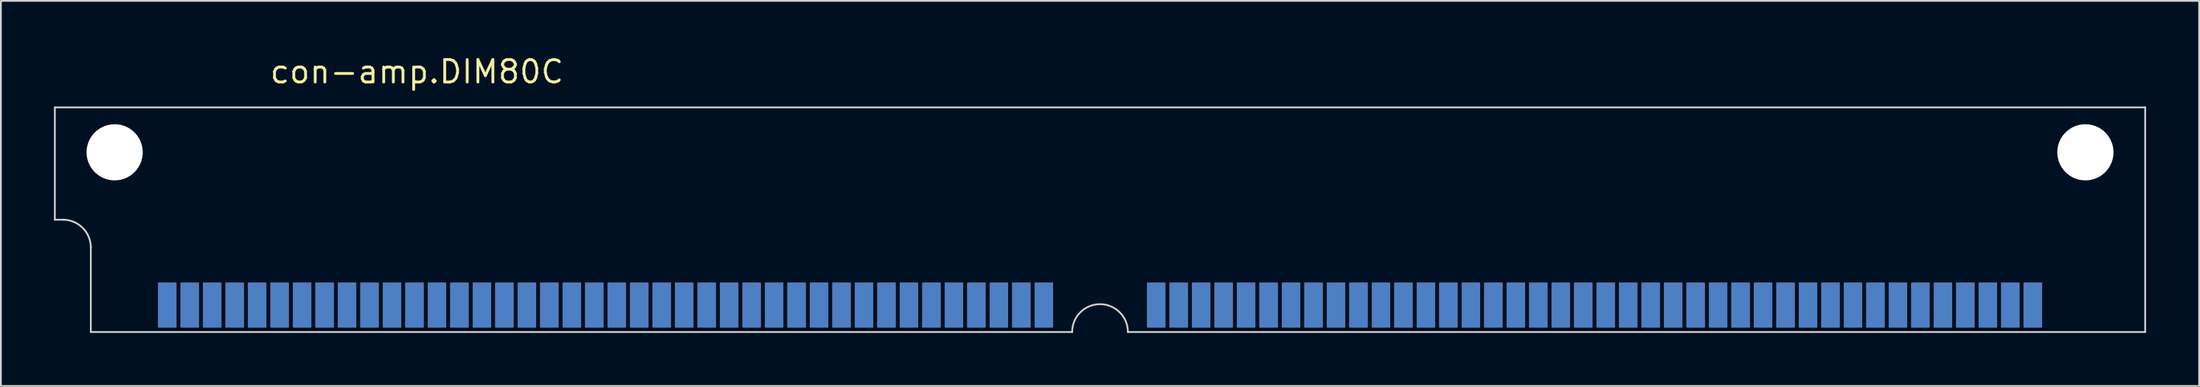
<source format=kicad_pcb>
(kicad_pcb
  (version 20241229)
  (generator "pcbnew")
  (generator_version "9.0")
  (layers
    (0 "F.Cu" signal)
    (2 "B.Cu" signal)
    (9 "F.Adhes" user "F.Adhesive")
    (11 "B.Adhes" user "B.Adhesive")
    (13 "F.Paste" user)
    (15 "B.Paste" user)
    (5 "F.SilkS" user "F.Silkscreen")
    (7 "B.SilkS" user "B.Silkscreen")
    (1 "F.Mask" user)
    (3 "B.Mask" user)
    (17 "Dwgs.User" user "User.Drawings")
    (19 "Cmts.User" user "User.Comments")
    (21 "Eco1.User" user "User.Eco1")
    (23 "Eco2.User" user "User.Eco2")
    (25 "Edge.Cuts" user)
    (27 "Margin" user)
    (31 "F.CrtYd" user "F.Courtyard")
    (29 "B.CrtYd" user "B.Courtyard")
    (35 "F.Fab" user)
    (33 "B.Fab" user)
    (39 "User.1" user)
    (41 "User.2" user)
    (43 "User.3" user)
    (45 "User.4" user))
  (footprint "con-amp.DIM80C"
    (layer "F.Cu")
    (at 59.105 5.56)
    (property "Reference" "con-amp.DIM80C" (at -46.99 -3.81 0) (layer "F.SilkS") (effects (font (size 1.27 1.27) (thickness 0.16)) (justify left bottom)))
    (attr smd)
    (fp_line (start -59.055 -2.54) (end 59.055 -2.54) (stroke (width 0.1) (type default)) (layer "Edge.Cuts"))
    (fp_line (start -59.055 3.81) (end -59.055 -2.54) (stroke (width 0.1) (type default)) (layer "Edge.Cuts"))
    (fp_line (start -59.055 3.81) (end -58.496 3.81) (stroke (width 0.1) (type default)) (layer "Edge.Cuts"))
    (fp_line (start -57.023 10.16) (end -57.023 5.309) (stroke (width 0.1) (type default)) (layer "Edge.Cuts"))
    (fp_line (start -1.575 10.16) (end -57.023 10.16) (stroke (width 0.1) (type default)) (layer "Edge.Cuts"))
    (fp_line (start 59.055 -2.54) (end 59.055 10.16) (stroke (width 0.1) (type default)) (layer "Edge.Cuts"))
    (fp_line (start 59.055 10.16) (end 1.575 10.16) (stroke (width 0.1) (type default)) (layer "Edge.Cuts"))
    (fp_arc (start -58.5978 3.81) (mid -57.484248 4.271248) (end -57.023 5.3848) (stroke (width 0.1) (type default)) (layer "Edge.Cuts"))
    (fp_arc (start -1.5748 10.16) (mid 0 8.5852) (end 1.5748 10.16) (stroke (width 0.1) (type default)) (layer "Edge.Cuts"))
    (pad "" np_thru_hole circle (at -55.677 0) (size 3.175 3.175) (drill 3.175) (layers "*.Cu" "*.Mask"))
    (pad "" np_thru_hole circle (at 55.677 0) (size 3.175 3.175) (drill 3.175) (layers "*.Cu" "*.Mask"))
    (pad "1" smd roundrect (at 52.705 8.636) (size 1.041 2.54) (layers "F.Cu" "F.Mask" "F.Paste") (roundrect_rratio 0.01))
    (pad "2" smd roundrect (at 51.435 8.636) (size 1.041 2.54) (layers "F.Cu" "F.Mask" "F.Paste") (roundrect_rratio 0.01))
    (pad "3" smd roundrect (at 50.165 8.636) (size 1.041 2.54) (layers "F.Cu" "F.Mask" "F.Paste") (roundrect_rratio 0.01))
    (pad "4" smd roundrect (at 48.895 8.636) (size 1.041 2.54) (layers "F.Cu" "F.Mask" "F.Paste") (roundrect_rratio 0.01))
    (pad "5" smd roundrect (at 47.625 8.636) (size 1.041 2.54) (layers "F.Cu" "F.Mask" "F.Paste") (roundrect_rratio 0.01))
    (pad "6" smd roundrect (at 46.355 8.636) (size 1.041 2.54) (layers "F.Cu" "F.Mask" "F.Paste") (roundrect_rratio 0.01))
    (pad "7" smd roundrect (at 45.085 8.636) (size 1.041 2.54) (layers "F.Cu" "F.Mask" "F.Paste") (roundrect_rratio 0.01))
    (pad "8" smd roundrect (at 43.815 8.636) (size 1.041 2.54) (layers "F.Cu" "F.Mask" "F.Paste") (roundrect_rratio 0.01))
    (pad "9" smd roundrect (at 42.545 8.636) (size 1.041 2.54) (layers "F.Cu" "F.Mask" "F.Paste") (roundrect_rratio 0.01))
    (pad "10" smd roundrect (at 41.275 8.636) (size 1.041 2.54) (layers "F.Cu" "F.Mask" "F.Paste") (roundrect_rratio 0.01))
    (pad "11" smd roundrect (at 40.005 8.636) (size 1.041 2.54) (layers "F.Cu" "F.Mask" "F.Paste") (roundrect_rratio 0.01))
    (pad "12" smd roundrect (at 38.735 8.636) (size 1.041 2.54) (layers "F.Cu" "F.Mask" "F.Paste") (roundrect_rratio 0.01))
    (pad "13" smd roundrect (at 37.465 8.636) (size 1.041 2.54) (layers "F.Cu" "F.Mask" "F.Paste") (roundrect_rratio 0.01))
    (pad "14" smd roundrect (at 36.195 8.636) (size 1.041 2.54) (layers "F.Cu" "F.Mask" "F.Paste") (roundrect_rratio 0.01))
    (pad "15" smd roundrect (at 34.925 8.636) (size 1.041 2.54) (layers "F.Cu" "F.Mask" "F.Paste") (roundrect_rratio 0.01))
    (pad "16" smd roundrect (at 33.655 8.636) (size 1.041 2.54) (layers "F.Cu" "F.Mask" "F.Paste") (roundrect_rratio 0.01))
    (pad "17" smd roundrect (at 32.385 8.636) (size 1.041 2.54) (layers "F.Cu" "F.Mask" "F.Paste") (roundrect_rratio 0.01))
    (pad "18" smd roundrect (at 31.115 8.636) (size 1.041 2.54) (layers "F.Cu" "F.Mask" "F.Paste") (roundrect_rratio 0.01))
    (pad "19" smd roundrect (at 29.845 8.636) (size 1.041 2.54) (layers "F.Cu" "F.Mask" "F.Paste") (roundrect_rratio 0.01))
    (pad "20" smd roundrect (at 28.575 8.636) (size 1.041 2.54) (layers "F.Cu" "F.Mask" "F.Paste") (roundrect_rratio 0.01))
    (pad "21" smd roundrect (at 27.305 8.636) (size 1.041 2.54) (layers "F.Cu" "F.Mask" "F.Paste") (roundrect_rratio 0.01))
    (pad "22" smd roundrect (at 26.035 8.636) (size 1.041 2.54) (layers "F.Cu" "F.Mask" "F.Paste") (roundrect_rratio 0.01))
    (pad "23" smd roundrect (at 24.765 8.636) (size 1.041 2.54) (layers "F.Cu" "F.Mask" "F.Paste") (roundrect_rratio 0.01))
    (pad "24" smd roundrect (at 23.495 8.636) (size 1.041 2.54) (layers "F.Cu" "F.Mask" "F.Paste") (roundrect_rratio 0.01))
    (pad "25" smd roundrect (at 22.225 8.636) (size 1.041 2.54) (layers "F.Cu" "F.Mask" "F.Paste") (roundrect_rratio 0.01))
    (pad "26" smd roundrect (at 20.955 8.636) (size 1.041 2.54) (layers "F.Cu" "F.Mask" "F.Paste") (roundrect_rratio 0.01))
    (pad "27" smd roundrect (at 19.685 8.636) (size 1.041 2.54) (layers "F.Cu" "F.Mask" "F.Paste") (roundrect_rratio 0.01))
    (pad "28" smd roundrect (at 18.415 8.636) (size 1.041 2.54) (layers "F.Cu" "F.Mask" "F.Paste") (roundrect_rratio 0.01))
    (pad "29" smd roundrect (at 17.145 8.636) (size 1.041 2.54) (layers "F.Cu" "F.Mask" "F.Paste") (roundrect_rratio 0.01))
    (pad "30" smd roundrect (at 15.875 8.636) (size 1.041 2.54) (layers "F.Cu" "F.Mask" "F.Paste") (roundrect_rratio 0.01))
    (pad "31" smd roundrect (at 14.605 8.636) (size 1.041 2.54) (layers "F.Cu" "F.Mask" "F.Paste") (roundrect_rratio 0.01))
    (pad "32" smd roundrect (at 13.335 8.636) (size 1.041 2.54) (layers "F.Cu" "F.Mask" "F.Paste") (roundrect_rratio 0.01))
    (pad "33" smd roundrect (at 12.065 8.636) (size 1.041 2.54) (layers "F.Cu" "F.Mask" "F.Paste") (roundrect_rratio 0.01))
    (pad "34" smd roundrect (at 10.795 8.636) (size 1.041 2.54) (layers "F.Cu" "F.Mask" "F.Paste") (roundrect_rratio 0.01))
    (pad "35" smd roundrect (at 9.525 8.636) (size 1.041 2.54) (layers "F.Cu" "F.Mask" "F.Paste") (roundrect_rratio 0.01))
    (pad "36" smd roundrect (at 8.255 8.636) (size 1.041 2.54) (layers "F.Cu" "F.Mask" "F.Paste") (roundrect_rratio 0.01))
    (pad "37" smd roundrect (at 6.985 8.636) (size 1.041 2.54) (layers "F.Cu" "F.Mask" "F.Paste") (roundrect_rratio 0.01))
    (pad "38" smd roundrect (at 5.715 8.636) (size 1.041 2.54) (layers "F.Cu" "F.Mask" "F.Paste") (roundrect_rratio 0.01))
    (pad "39" smd roundrect (at 4.445 8.636) (size 1.041 2.54) (layers "F.Cu" "F.Mask" "F.Paste") (roundrect_rratio 0.01))
    (pad "40" smd roundrect (at 3.175 8.636) (size 1.041 2.54) (layers "F.Cu" "F.Mask" "F.Paste") (roundrect_rratio 0.01))
    (pad "41" smd roundrect (at -3.175 8.636) (size 1.041 2.54) (layers "F.Cu" "F.Mask" "F.Paste") (roundrect_rratio 0.01))
    (pad "42" smd roundrect (at -4.445 8.636) (size 1.041 2.54) (layers "F.Cu" "F.Mask" "F.Paste") (roundrect_rratio 0.01))
    (pad "43" smd roundrect (at -5.715 8.636) (size 1.041 2.54) (layers "F.Cu" "F.Mask" "F.Paste") (roundrect_rratio 0.01))
    (pad "44" smd roundrect (at -6.985 8.636) (size 1.041 2.54) (layers "F.Cu" "F.Mask" "F.Paste") (roundrect_rratio 0.01))
    (pad "45" smd roundrect (at -8.255 8.636) (size 1.041 2.54) (layers "F.Cu" "F.Mask" "F.Paste") (roundrect_rratio 0.01))
    (pad "46" smd roundrect (at -9.525 8.636) (size 1.041 2.54) (layers "F.Cu" "F.Mask" "F.Paste") (roundrect_rratio 0.01))
    (pad "47" smd roundrect (at -10.795 8.636) (size 1.041 2.54) (layers "F.Cu" "F.Mask" "F.Paste") (roundrect_rratio 0.01))
    (pad "48" smd roundrect (at -12.065 8.636) (size 1.041 2.54) (layers "F.Cu" "F.Mask" "F.Paste") (roundrect_rratio 0.01))
    (pad "49" smd roundrect (at -13.335 8.636) (size 1.041 2.54) (layers "F.Cu" "F.Mask" "F.Paste") (roundrect_rratio 0.01))
    (pad "50" smd roundrect (at -14.605 8.636) (size 1.041 2.54) (layers "F.Cu" "F.Mask" "F.Paste") (roundrect_rratio 0.01))
    (pad "51" smd roundrect (at -15.875 8.636) (size 1.041 2.54) (layers "F.Cu" "F.Mask" "F.Paste") (roundrect_rratio 0.01))
    (pad "52" smd roundrect (at -17.145 8.636) (size 1.041 2.54) (layers "F.Cu" "F.Mask" "F.Paste") (roundrect_rratio 0.01))
    (pad "53" smd roundrect (at -18.415 8.636) (size 1.041 2.54) (layers "F.Cu" "F.Mask" "F.Paste") (roundrect_rratio 0.01))
    (pad "54" smd roundrect (at -19.685 8.636) (size 1.041 2.54) (layers "F.Cu" "F.Mask" "F.Paste") (roundrect_rratio 0.01))
    (pad "55" smd roundrect (at -20.955 8.636) (size 1.041 2.54) (layers "F.Cu" "F.Mask" "F.Paste") (roundrect_rratio 0.01))
    (pad "56" smd roundrect (at -22.225 8.636) (size 1.041 2.54) (layers "F.Cu" "F.Mask" "F.Paste") (roundrect_rratio 0.01))
    (pad "57" smd roundrect (at -23.495 8.636) (size 1.041 2.54) (layers "F.Cu" "F.Mask" "F.Paste") (roundrect_rratio 0.01))
    (pad "58" smd roundrect (at -24.765 8.636) (size 1.041 2.54) (layers "F.Cu" "F.Mask" "F.Paste") (roundrect_rratio 0.01))
    (pad "59" smd roundrect (at -26.035 8.636) (size 1.041 2.54) (layers "F.Cu" "F.Mask" "F.Paste") (roundrect_rratio 0.01))
    (pad "60" smd roundrect (at -27.305 8.636) (size 1.041 2.54) (layers "F.Cu" "F.Mask" "F.Paste") (roundrect_rratio 0.01))
    (pad "61" smd roundrect (at -28.575 8.636) (size 1.041 2.54) (layers "F.Cu" "F.Mask" "F.Paste") (roundrect_rratio 0.01))
    (pad "62" smd roundrect (at -29.845 8.636) (size 1.041 2.54) (layers "F.Cu" "F.Mask" "F.Paste") (roundrect_rratio 0.01))
    (pad "63" smd roundrect (at -31.115 8.636) (size 1.041 2.54) (layers "F.Cu" "F.Mask" "F.Paste") (roundrect_rratio 0.01))
    (pad "64" smd roundrect (at -32.385 8.636) (size 1.041 2.54) (layers "F.Cu" "F.Mask" "F.Paste") (roundrect_rratio 0.01))
    (pad "65" smd roundrect (at -33.655 8.636) (size 1.041 2.54) (layers "F.Cu" "F.Mask" "F.Paste") (roundrect_rratio 0.01))
    (pad "66" smd roundrect (at -34.925 8.636) (size 1.041 2.54) (layers "F.Cu" "F.Mask" "F.Paste") (roundrect_rratio 0.01))
    (pad "67" smd roundrect (at -36.195 8.636) (size 1.041 2.54) (layers "F.Cu" "F.Mask" "F.Paste") (roundrect_rratio 0.01))
    (pad "68" smd roundrect (at -37.465 8.636) (size 1.041 2.54) (layers "F.Cu" "F.Mask" "F.Paste") (roundrect_rratio 0.01))
    (pad "69" smd roundrect (at -38.735 8.636) (size 1.041 2.54) (layers "F.Cu" "F.Mask" "F.Paste") (roundrect_rratio 0.01))
    (pad "70" smd roundrect (at -40.005 8.636) (size 1.041 2.54) (layers "F.Cu" "F.Mask" "F.Paste") (roundrect_rratio 0.01))
    (pad "71" smd roundrect (at -41.275 8.636) (size 1.041 2.54) (layers "F.Cu" "F.Mask" "F.Paste") (roundrect_rratio 0.01))
    (pad "72" smd roundrect (at -42.545 8.636) (size 1.041 2.54) (layers "F.Cu" "F.Mask" "F.Paste") (roundrect_rratio 0.01))
    (pad "73" smd roundrect (at -43.815 8.636) (size 1.041 2.54) (layers "F.Cu" "F.Mask" "F.Paste") (roundrect_rratio 0.01))
    (pad "74" smd roundrect (at -45.085 8.636) (size 1.041 2.54) (layers "F.Cu" "F.Mask" "F.Paste") (roundrect_rratio 0.01))
    (pad "75" smd roundrect (at -46.355 8.636) (size 1.041 2.54) (layers "F.Cu" "F.Mask" "F.Paste") (roundrect_rratio 0.01))
    (pad "76" smd roundrect (at -47.625 8.636) (size 1.041 2.54) (layers "F.Cu" "F.Mask" "F.Paste") (roundrect_rratio 0.01))
    (pad "77" smd roundrect (at -48.895 8.636) (size 1.041 2.54) (layers "F.Cu" "F.Mask" "F.Paste") (roundrect_rratio 0.01))
    (pad "78" smd roundrect (at -50.165 8.636) (size 1.041 2.54) (layers "F.Cu" "F.Mask" "F.Paste") (roundrect_rratio 0.01))
    (pad "79" smd roundrect (at -51.435 8.636) (size 1.041 2.54) (layers "F.Cu" "F.Mask" "F.Paste") (roundrect_rratio 0.01))
    (pad "80" smd roundrect (at -52.705 8.636) (size 1.041 2.54) (layers "F.Cu" "F.Mask" "F.Paste") (roundrect_rratio 0.01))
    (pad "81" smd roundrect (at 52.705 8.636) (size 1.041 2.54) (layers "B.Cu" "B.Mask" "B.Paste") (roundrect_rratio 0.01))
    (pad "82" smd roundrect (at 51.435 8.636) (size 1.041 2.54) (layers "B.Cu" "B.Mask" "B.Paste") (roundrect_rratio 0.01))
    (pad "83" smd roundrect (at 50.165 8.636) (size 1.041 2.54) (layers "B.Cu" "B.Mask" "B.Paste") (roundrect_rratio 0.01))
    (pad "84" smd roundrect (at 48.895 8.636) (size 1.041 2.54) (layers "B.Cu" "B.Mask" "B.Paste") (roundrect_rratio 0.01))
    (pad "85" smd roundrect (at 47.625 8.636) (size 1.041 2.54) (layers "B.Cu" "B.Mask" "B.Paste") (roundrect_rratio 0.01))
    (pad "86" smd roundrect (at 46.355 8.636) (size 1.041 2.54) (layers "B.Cu" "B.Mask" "B.Paste") (roundrect_rratio 0.01))
    (pad "87" smd roundrect (at 45.085 8.636) (size 1.041 2.54) (layers "B.Cu" "B.Mask" "B.Paste") (roundrect_rratio 0.01))
    (pad "88" smd roundrect (at 43.815 8.636) (size 1.041 2.54) (layers "B.Cu" "B.Mask" "B.Paste") (roundrect_rratio 0.01))
    (pad "89" smd roundrect (at 42.545 8.636) (size 1.041 2.54) (layers "B.Cu" "B.Mask" "B.Paste") (roundrect_rratio 0.01))
    (pad "90" smd roundrect (at 41.275 8.636) (size 1.041 2.54) (layers "B.Cu" "B.Mask" "B.Paste") (roundrect_rratio 0.01))
    (pad "91" smd roundrect (at 40.005 8.636) (size 1.041 2.54) (layers "B.Cu" "B.Mask" "B.Paste") (roundrect_rratio 0.01))
    (pad "92" smd roundrect (at 38.735 8.636) (size 1.041 2.54) (layers "B.Cu" "B.Mask" "B.Paste") (roundrect_rratio 0.01))
    (pad "93" smd roundrect (at 37.465 8.636) (size 1.041 2.54) (layers "B.Cu" "B.Mask" "B.Paste") (roundrect_rratio 0.01))
    (pad "94" smd roundrect (at 36.195 8.636) (size 1.041 2.54) (layers "B.Cu" "B.Mask" "B.Paste") (roundrect_rratio 0.01))
    (pad "95" smd roundrect (at 34.925 8.636) (size 1.041 2.54) (layers "B.Cu" "B.Mask" "B.Paste") (roundrect_rratio 0.01))
    (pad "96" smd roundrect (at 33.655 8.636) (size 1.041 2.54) (layers "B.Cu" "B.Mask" "B.Paste") (roundrect_rratio 0.01))
    (pad "97" smd roundrect (at 32.385 8.636) (size 1.041 2.54) (layers "B.Cu" "B.Mask" "B.Paste") (roundrect_rratio 0.01))
    (pad "98" smd roundrect (at 31.115 8.636) (size 1.041 2.54) (layers "B.Cu" "B.Mask" "B.Paste") (roundrect_rratio 0.01))
    (pad "99" smd roundrect (at 29.845 8.636) (size 1.041 2.54) (layers "B.Cu" "B.Mask" "B.Paste") (roundrect_rratio 0.01))
    (pad "100" smd roundrect (at 28.575 8.636) (size 1.041 2.54) (layers "B.Cu" "B.Mask" "B.Paste") (roundrect_rratio 0.01))
    (pad "101" smd roundrect (at 27.305 8.636) (size 1.041 2.54) (layers "B.Cu" "B.Mask" "B.Paste") (roundrect_rratio 0.01))
    (pad "102" smd roundrect (at 26.035 8.636) (size 1.041 2.54) (layers "B.Cu" "B.Mask" "B.Paste") (roundrect_rratio 0.01))
    (pad "103" smd roundrect (at 24.765 8.636) (size 1.041 2.54) (layers "B.Cu" "B.Mask" "B.Paste") (roundrect_rratio 0.01))
    (pad "104" smd roundrect (at 23.495 8.636) (size 1.041 2.54) (layers "B.Cu" "B.Mask" "B.Paste") (roundrect_rratio 0.01))
    (pad "105" smd roundrect (at 22.225 8.636) (size 1.041 2.54) (layers "B.Cu" "B.Mask" "B.Paste") (roundrect_rratio 0.01))
    (pad "106" smd roundrect (at 20.955 8.636) (size 1.041 2.54) (layers "B.Cu" "B.Mask" "B.Paste") (roundrect_rratio 0.01))
    (pad "107" smd roundrect (at 19.685 8.636) (size 1.041 2.54) (layers "B.Cu" "B.Mask" "B.Paste") (roundrect_rratio 0.01))
    (pad "108" smd roundrect (at 18.415 8.636) (size 1.041 2.54) (layers "B.Cu" "B.Mask" "B.Paste") (roundrect_rratio 0.01))
    (pad "109" smd roundrect (at 17.145 8.636) (size 1.041 2.54) (layers "B.Cu" "B.Mask" "B.Paste") (roundrect_rratio 0.01))
    (pad "110" smd roundrect (at 15.875 8.636) (size 1.041 2.54) (layers "B.Cu" "B.Mask" "B.Paste") (roundrect_rratio 0.01))
    (pad "111" smd roundrect (at 14.605 8.636) (size 1.041 2.54) (layers "B.Cu" "B.Mask" "B.Paste") (roundrect_rratio 0.01))
    (pad "112" smd roundrect (at 13.335 8.636) (size 1.041 2.54) (layers "B.Cu" "B.Mask" "B.Paste") (roundrect_rratio 0.01))
    (pad "113" smd roundrect (at 12.065 8.636) (size 1.041 2.54) (layers "B.Cu" "B.Mask" "B.Paste") (roundrect_rratio 0.01))
    (pad "114" smd roundrect (at 10.795 8.636) (size 1.041 2.54) (layers "B.Cu" "B.Mask" "B.Paste") (roundrect_rratio 0.01))
    (pad "115" smd roundrect (at 9.525 8.636) (size 1.041 2.54) (layers "B.Cu" "B.Mask" "B.Paste") (roundrect_rratio 0.01))
    (pad "116" smd roundrect (at 8.255 8.636) (size 1.041 2.54) (layers "B.Cu" "B.Mask" "B.Paste") (roundrect_rratio 0.01))
    (pad "117" smd roundrect (at 6.985 8.636) (size 1.041 2.54) (layers "B.Cu" "B.Mask" "B.Paste") (roundrect_rratio 0.01))
    (pad "118" smd roundrect (at 5.715 8.636) (size 1.041 2.54) (layers "B.Cu" "B.Mask" "B.Paste") (roundrect_rratio 0.01))
    (pad "119" smd roundrect (at 4.445 8.636) (size 1.041 2.54) (layers "B.Cu" "B.Mask" "B.Paste") (roundrect_rratio 0.01))
    (pad "120" smd roundrect (at 3.175 8.636) (size 1.041 2.54) (layers "B.Cu" "B.Mask" "B.Paste") (roundrect_rratio 0.01))
    (pad "121" smd roundrect (at -3.175 8.636) (size 1.041 2.54) (layers "B.Cu" "B.Mask" "B.Paste") (roundrect_rratio 0.01))
    (pad "122" smd roundrect (at -4.445 8.636) (size 1.041 2.54) (layers "B.Cu" "B.Mask" "B.Paste") (roundrect_rratio 0.01))
    (pad "123" smd roundrect (at -5.715 8.636) (size 1.041 2.54) (layers "B.Cu" "B.Mask" "B.Paste") (roundrect_rratio 0.01))
    (pad "124" smd roundrect (at -6.985 8.636) (size 1.041 2.54) (layers "B.Cu" "B.Mask" "B.Paste") (roundrect_rratio 0.01))
    (pad "125" smd roundrect (at -8.255 8.636) (size 1.041 2.54) (layers "B.Cu" "B.Mask" "B.Paste") (roundrect_rratio 0.01))
    (pad "126" smd roundrect (at -9.525 8.636) (size 1.041 2.54) (layers "B.Cu" "B.Mask" "B.Paste") (roundrect_rratio 0.01))
    (pad "127" smd roundrect (at -10.795 8.636) (size 1.041 2.54) (layers "B.Cu" "B.Mask" "B.Paste") (roundrect_rratio 0.01))
    (pad "128" smd roundrect (at -12.065 8.636) (size 1.041 2.54) (layers "B.Cu" "B.Mask" "B.Paste") (roundrect_rratio 0.01))
    (pad "129" smd roundrect (at -13.335 8.636) (size 1.041 2.54) (layers "B.Cu" "B.Mask" "B.Paste") (roundrect_rratio 0.01))
    (pad "130" smd roundrect (at -14.605 8.636) (size 1.041 2.54) (layers "B.Cu" "B.Mask" "B.Paste") (roundrect_rratio 0.01))
    (pad "131" smd roundrect (at -15.875 8.636) (size 1.041 2.54) (layers "B.Cu" "B.Mask" "B.Paste") (roundrect_rratio 0.01))
    (pad "132" smd roundrect (at -17.145 8.636) (size 1.041 2.54) (layers "B.Cu" "B.Mask" "B.Paste") (roundrect_rratio 0.01))
    (pad "133" smd roundrect (at -18.415 8.636) (size 1.041 2.54) (layers "B.Cu" "B.Mask" "B.Paste") (roundrect_rratio 0.01))
    (pad "134" smd roundrect (at -19.685 8.636) (size 1.041 2.54) (layers "B.Cu" "B.Mask" "B.Paste") (roundrect_rratio 0.01))
    (pad "135" smd roundrect (at -20.955 8.636) (size 1.041 2.54) (layers "B.Cu" "B.Mask" "B.Paste") (roundrect_rratio 0.01))
    (pad "136" smd roundrect (at -22.225 8.636) (size 1.041 2.54) (layers "B.Cu" "B.Mask" "B.Paste") (roundrect_rratio 0.01))
    (pad "137" smd roundrect (at -23.495 8.636) (size 1.041 2.54) (layers "B.Cu" "B.Mask" "B.Paste") (roundrect_rratio 0.01))
    (pad "138" smd roundrect (at -24.765 8.636) (size 1.041 2.54) (layers "B.Cu" "B.Mask" "B.Paste") (roundrect_rratio 0.01))
    (pad "139" smd roundrect (at -26.035 8.636) (size 1.041 2.54) (layers "B.Cu" "B.Mask" "B.Paste") (roundrect_rratio 0.01))
    (pad "140" smd roundrect (at -27.305 8.636) (size 1.041 2.54) (layers "B.Cu" "B.Mask" "B.Paste") (roundrect_rratio 0.01))
    (pad "141" smd roundrect (at -28.575 8.636) (size 1.041 2.54) (layers "B.Cu" "B.Mask" "B.Paste") (roundrect_rratio 0.01))
    (pad "142" smd roundrect (at -29.845 8.636) (size 1.041 2.54) (layers "B.Cu" "B.Mask" "B.Paste") (roundrect_rratio 0.01))
    (pad "143" smd roundrect (at -31.115 8.636) (size 1.041 2.54) (layers "B.Cu" "B.Mask" "B.Paste") (roundrect_rratio 0.01))
    (pad "144" smd roundrect (at -32.385 8.636) (size 1.041 2.54) (layers "B.Cu" "B.Mask" "B.Paste") (roundrect_rratio 0.01))
    (pad "145" smd roundrect (at -33.655 8.636) (size 1.041 2.54) (layers "B.Cu" "B.Mask" "B.Paste") (roundrect_rratio 0.01))
    (pad "146" smd roundrect (at -34.925 8.636) (size 1.041 2.54) (layers "B.Cu" "B.Mask" "B.Paste") (roundrect_rratio 0.01))
    (pad "147" smd roundrect (at -36.195 8.636) (size 1.041 2.54) (layers "B.Cu" "B.Mask" "B.Paste") (roundrect_rratio 0.01))
    (pad "148" smd roundrect (at -37.465 8.636) (size 1.041 2.54) (layers "B.Cu" "B.Mask" "B.Paste") (roundrect_rratio 0.01))
    (pad "149" smd roundrect (at -38.735 8.636) (size 1.041 2.54) (layers "B.Cu" "B.Mask" "B.Paste") (roundrect_rratio 0.01))
    (pad "150" smd roundrect (at -40.005 8.636) (size 1.041 2.54) (layers "B.Cu" "B.Mask" "B.Paste") (roundrect_rratio 0.01))
    (pad "151" smd roundrect (at -41.275 8.636) (size 1.041 2.54) (layers "B.Cu" "B.Mask" "B.Paste") (roundrect_rratio 0.01))
    (pad "152" smd roundrect (at -42.545 8.636) (size 1.041 2.54) (layers "B.Cu" "B.Mask" "B.Paste") (roundrect_rratio 0.01))
    (pad "153" smd roundrect (at -43.815 8.636) (size 1.041 2.54) (layers "B.Cu" "B.Mask" "B.Paste") (roundrect_rratio 0.01))
    (pad "154" smd roundrect (at -45.085 8.636) (size 1.041 2.54) (layers "B.Cu" "B.Mask" "B.Paste") (roundrect_rratio 0.01))
    (pad "155" smd roundrect (at -46.355 8.636) (size 1.041 2.54) (layers "B.Cu" "B.Mask" "B.Paste") (roundrect_rratio 0.01))
    (pad "156" smd roundrect (at -47.625 8.636) (size 1.041 2.54) (layers "B.Cu" "B.Mask" "B.Paste") (roundrect_rratio 0.01))
    (pad "157" smd roundrect (at -48.895 8.636) (size 1.041 2.54) (layers "B.Cu" "B.Mask" "B.Paste") (roundrect_rratio 0.01))
    (pad "158" smd roundrect (at -50.165 8.636) (size 1.041 2.54) (layers "B.Cu" "B.Mask" "B.Paste") (roundrect_rratio 0.01))
    (pad "159" smd roundrect (at -51.435 8.636) (size 1.041 2.54) (layers "B.Cu" "B.Mask" "B.Paste") (roundrect_rratio 0.01))
    (pad "160" smd roundrect (at -52.705 8.636) (size 1.041 2.54) (layers "B.Cu" "B.Mask" "B.Paste") (roundrect_rratio 0.01)))
  (gr_rect
    (start -3 -3)
    (end 121.21 18.77)
    (stroke (width 0.1) (type default))
    (fill no)
    (layer "Edge.Cuts")))
</source>
